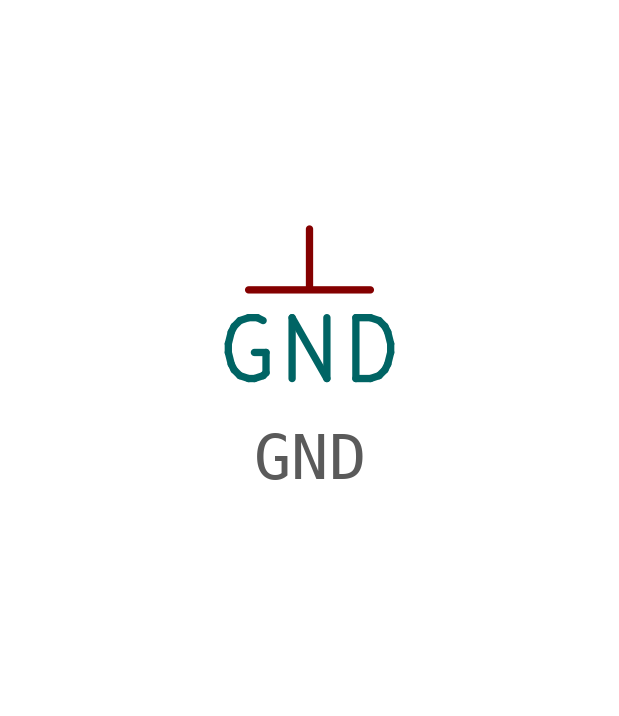
<source format=kicad_sym>
(kicad_symbol_lib
  (version 20231120)
  (generator "kicad_symbol_editor")
  (generator_version "8.0")
  (symbol "GND"
    (power)
    (pin_names
      (offset 0))
    (property "Reference" "#PWR"
      (at 0 -4.318 0)
      (effects (font (size 1.27 1.27)) (hide yes)))
    (property "Value" "GND"
      (at 0 -2.54 0)
      (effects (font (size 1.27 1.27))))
    (symbol "GND_0_1"
      (polyline (pts (xy 0 0) (xy 0 -1.27) (xy 1.27 -1.27) (xy 0 -1.27) (xy -1.27 -1.27) (xy 0 -1.27)) (stroke (width 0) (type default)) (fill (type none))))
    (symbol "GND_1_1"
      (pin power_in line (at 0 0 270) (length 0) hide (name "GND" (effects (font (size 1.27 1.27)))) (number "1" (effects (font (size 1.27 1.27))))))))
</source>
